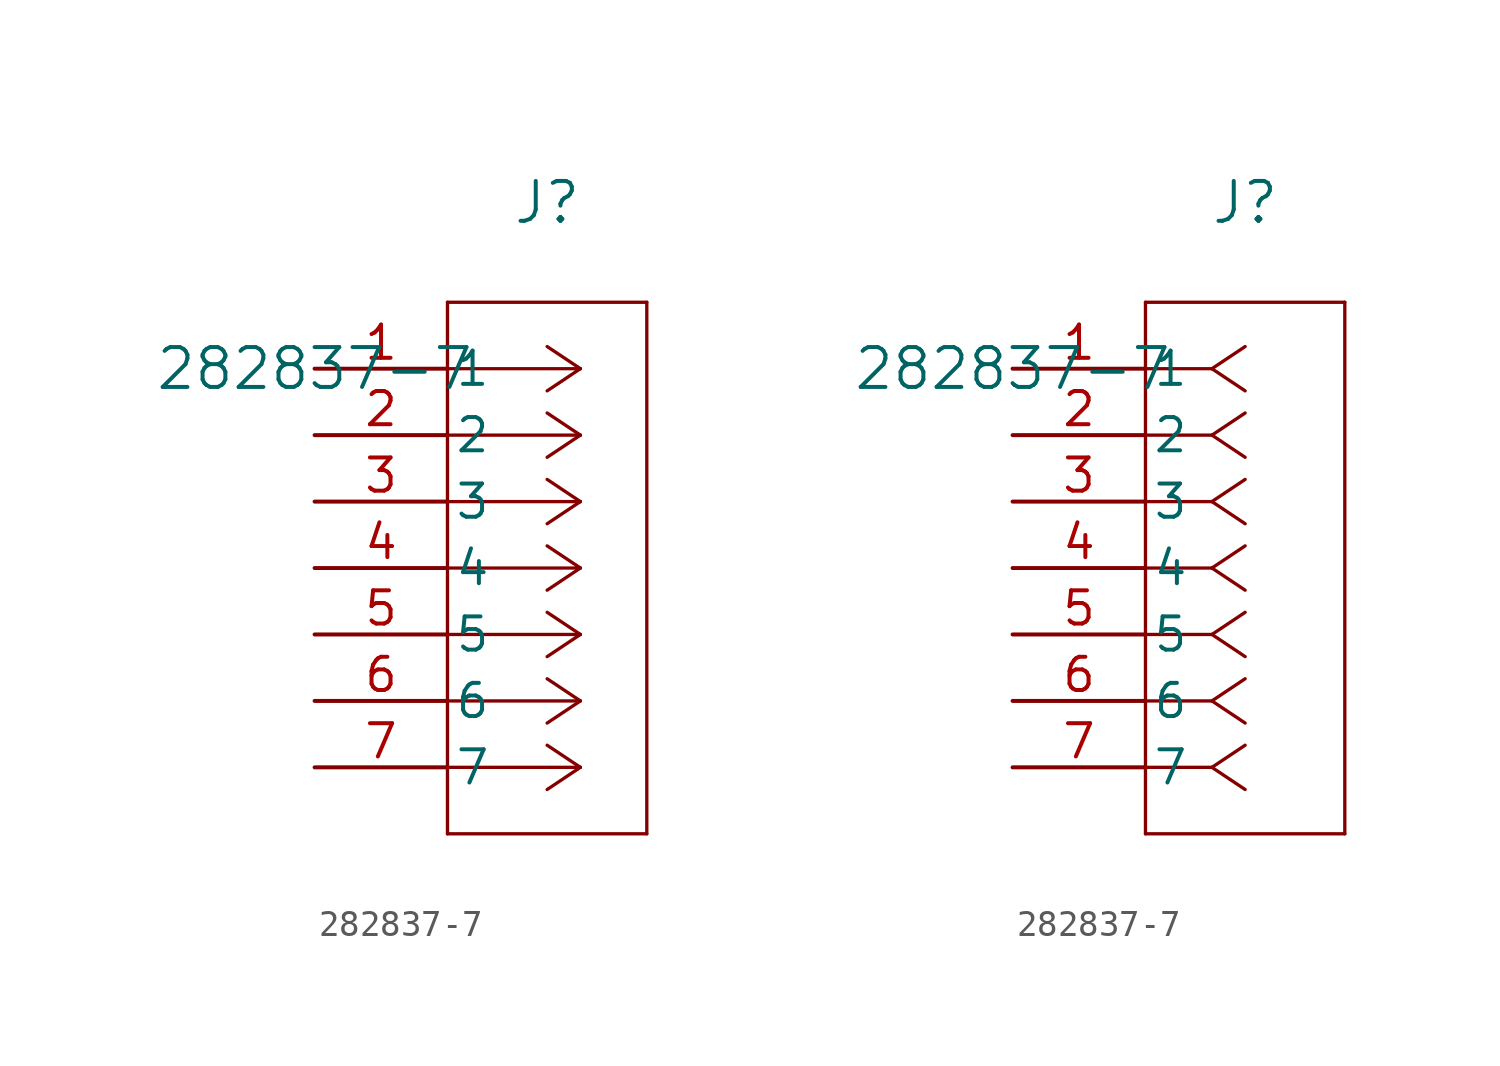
<source format=kicad_sym>
(kicad_symbol_lib
  (version 20211014)
  (generator kicad_symbol_editor)
  (symbol "282837-7"
    (pin_names
      (offset 0.254))
    (property "Reference" "J"
      (at 8.89 6.35 0)
      (effects (font (size 1.524 1.524))))
    (property "Value" "282837-7"
      (at 0 0 0)
      (effects (font (size 1.524 1.524))))
    (symbol "282837-7_1_1"
      (polyline (pts (xy 10.16 0) (xy 5.08 0)) (stroke (width 0.127) (type default) (color 0 0 0 0)) (fill (type none)))
      (polyline (pts (xy 10.16 -2.54) (xy 5.08 -2.54)) (stroke (width 0.127) (type default) (color 0 0 0 0)) (fill (type none)))
      (polyline (pts (xy 10.16 -5.08) (xy 5.08 -5.08)) (stroke (width 0.127) (type default) (color 0 0 0 0)) (fill (type none)))
      (polyline (pts (xy 10.16 -7.62) (xy 5.08 -7.62)) (stroke (width 0.127) (type default) (color 0 0 0 0)) (fill (type none)))
      (polyline (pts (xy 10.16 -10.16) (xy 5.08 -10.16)) (stroke (width 0.127) (type default) (color 0 0 0 0)) (fill (type none)))
      (polyline (pts (xy 10.16 -12.7) (xy 5.08 -12.7)) (stroke (width 0.127) (type default) (color 0 0 0 0)) (fill (type none)))
      (polyline (pts (xy 10.16 -15.24) (xy 5.08 -15.24)) (stroke (width 0.127) (type default) (color 0 0 0 0)) (fill (type none)))
      (polyline (pts (xy 10.16 0) (xy 8.89 0.847)) (stroke (width 0.127) (type default) (color 0 0 0 0)) (fill (type none)))
      (polyline (pts (xy 10.16 -2.54) (xy 8.89 -1.693)) (stroke (width 0.127) (type default) (color 0 0 0 0)) (fill (type none)))
      (polyline (pts (xy 10.16 -5.08) (xy 8.89 -4.233)) (stroke (width 0.127) (type default) (color 0 0 0 0)) (fill (type none)))
      (polyline (pts (xy 10.16 -7.62) (xy 8.89 -6.773)) (stroke (width 0.127) (type default) (color 0 0 0 0)) (fill (type none)))
      (polyline (pts (xy 10.16 -10.16) (xy 8.89 -9.313)) (stroke (width 0.127) (type default) (color 0 0 0 0)) (fill (type none)))
      (polyline (pts (xy 10.16 -12.7) (xy 8.89 -11.853)) (stroke (width 0.127) (type default) (color 0 0 0 0)) (fill (type none)))
      (polyline (pts (xy 10.16 -15.24) (xy 8.89 -14.393)) (stroke (width 0.127) (type default) (color 0 0 0 0)) (fill (type none)))
      (polyline (pts (xy 10.16 0) (xy 8.89 -0.847)) (stroke (width 0.127) (type default) (color 0 0 0 0)) (fill (type none)))
      (polyline (pts (xy 10.16 -2.54) (xy 8.89 -3.387)) (stroke (width 0.127) (type default) (color 0 0 0 0)) (fill (type none)))
      (polyline (pts (xy 10.16 -5.08) (xy 8.89 -5.927)) (stroke (width 0.127) (type default) (color 0 0 0 0)) (fill (type none)))
      (polyline (pts (xy 10.16 -7.62) (xy 8.89 -8.467)) (stroke (width 0.127) (type default) (color 0 0 0 0)) (fill (type none)))
      (polyline (pts (xy 10.16 -10.16) (xy 8.89 -11.007)) (stroke (width 0.127) (type default) (color 0 0 0 0)) (fill (type none)))
      (polyline (pts (xy 10.16 -12.7) (xy 8.89 -13.547)) (stroke (width 0.127) (type default) (color 0 0 0 0)) (fill (type none)))
      (polyline (pts (xy 10.16 -15.24) (xy 8.89 -16.087)) (stroke (width 0.127) (type default) (color 0 0 0 0)) (fill (type none)))
      (polyline (pts (xy 5.08 2.54) (xy 5.08 -17.78)) (stroke (width 0.127) (type default) (color 0 0 0 0)) (fill (type none)))
      (polyline (pts (xy 5.08 -17.78) (xy 12.7 -17.78)) (stroke (width 0.127) (type default) (color 0 0 0 0)) (fill (type none)))
      (polyline (pts (xy 12.7 -17.78) (xy 12.7 2.54)) (stroke (width 0.127) (type default) (color 0 0 0 0)) (fill (type none)))
      (polyline (pts (xy 12.7 2.54) (xy 5.08 2.54)) (stroke (width 0.127) (type default) (color 0 0 0 0)) (fill (type none)))
      (pin unspecified line (at 0 0 0) (length 5.08) (name "1" (effects (font (size 1.27 1.27)))) (number "1" (effects (font (size 1.27 1.27)))))
      (pin unspecified line (at 0 -2.54 0) (length 5.08) (name "2" (effects (font (size 1.27 1.27)))) (number "2" (effects (font (size 1.27 1.27)))))
      (pin unspecified line (at 0 -5.08 0) (length 5.08) (name "3" (effects (font (size 1.27 1.27)))) (number "3" (effects (font (size 1.27 1.27)))))
      (pin unspecified line (at 0 -7.62 0) (length 5.08) (name "4" (effects (font (size 1.27 1.27)))) (number "4" (effects (font (size 1.27 1.27)))))
      (pin unspecified line (at 0 -10.16 0) (length 5.08) (name "5" (effects (font (size 1.27 1.27)))) (number "5" (effects (font (size 1.27 1.27)))))
      (pin unspecified line (at 0 -12.7 0) (length 5.08) (name "6" (effects (font (size 1.27 1.27)))) (number "6" (effects (font (size 1.27 1.27)))))
      (pin unspecified line (at 0 -15.24 0) (length 5.08) (name "7" (effects (font (size 1.27 1.27)))) (number "7" (effects (font (size 1.27 1.27))))))
    (symbol "282837-7_1_2"
      (polyline (pts (xy 7.62 0) (xy 5.08 0)) (stroke (width 0.127) (type default) (color 0 0 0 0)) (fill (type none)))
      (polyline (pts (xy 7.62 -2.54) (xy 5.08 -2.54)) (stroke (width 0.127) (type default) (color 0 0 0 0)) (fill (type none)))
      (polyline (pts (xy 7.62 -5.08) (xy 5.08 -5.08)) (stroke (width 0.127) (type default) (color 0 0 0 0)) (fill (type none)))
      (polyline (pts (xy 7.62 -7.62) (xy 5.08 -7.62)) (stroke (width 0.127) (type default) (color 0 0 0 0)) (fill (type none)))
      (polyline (pts (xy 7.62 -10.16) (xy 5.08 -10.16)) (stroke (width 0.127) (type default) (color 0 0 0 0)) (fill (type none)))
      (polyline (pts (xy 7.62 -12.7) (xy 5.08 -12.7)) (stroke (width 0.127) (type default) (color 0 0 0 0)) (fill (type none)))
      (polyline (pts (xy 7.62 -15.24) (xy 5.08 -15.24)) (stroke (width 0.127) (type default) (color 0 0 0 0)) (fill (type none)))
      (polyline (pts (xy 7.62 0) (xy 8.89 0.847)) (stroke (width 0.127) (type default) (color 0 0 0 0)) (fill (type none)))
      (polyline (pts (xy 7.62 -2.54) (xy 8.89 -1.693)) (stroke (width 0.127) (type default) (color 0 0 0 0)) (fill (type none)))
      (polyline (pts (xy 7.62 -5.08) (xy 8.89 -4.233)) (stroke (width 0.127) (type default) (color 0 0 0 0)) (fill (type none)))
      (polyline (pts (xy 7.62 -7.62) (xy 8.89 -6.773)) (stroke (width 0.127) (type default) (color 0 0 0 0)) (fill (type none)))
      (polyline (pts (xy 7.62 -10.16) (xy 8.89 -9.313)) (stroke (width 0.127) (type default) (color 0 0 0 0)) (fill (type none)))
      (polyline (pts (xy 7.62 -12.7) (xy 8.89 -11.853)) (stroke (width 0.127) (type default) (color 0 0 0 0)) (fill (type none)))
      (polyline (pts (xy 7.62 -15.24) (xy 8.89 -14.393)) (stroke (width 0.127) (type default) (color 0 0 0 0)) (fill (type none)))
      (polyline (pts (xy 7.62 0) (xy 8.89 -0.847)) (stroke (width 0.127) (type default) (color 0 0 0 0)) (fill (type none)))
      (polyline (pts (xy 7.62 -2.54) (xy 8.89 -3.387)) (stroke (width 0.127) (type default) (color 0 0 0 0)) (fill (type none)))
      (polyline (pts (xy 7.62 -5.08) (xy 8.89 -5.927)) (stroke (width 0.127) (type default) (color 0 0 0 0)) (fill (type none)))
      (polyline (pts (xy 7.62 -7.62) (xy 8.89 -8.467)) (stroke (width 0.127) (type default) (color 0 0 0 0)) (fill (type none)))
      (polyline (pts (xy 7.62 -10.16) (xy 8.89 -11.007)) (stroke (width 0.127) (type default) (color 0 0 0 0)) (fill (type none)))
      (polyline (pts (xy 7.62 -12.7) (xy 8.89 -13.547)) (stroke (width 0.127) (type default) (color 0 0 0 0)) (fill (type none)))
      (polyline (pts (xy 7.62 -15.24) (xy 8.89 -16.087)) (stroke (width 0.127) (type default) (color 0 0 0 0)) (fill (type none)))
      (polyline (pts (xy 5.08 2.54) (xy 5.08 -17.78)) (stroke (width 0.127) (type default) (color 0 0 0 0)) (fill (type none)))
      (polyline (pts (xy 5.08 -17.78) (xy 12.7 -17.78)) (stroke (width 0.127) (type default) (color 0 0 0 0)) (fill (type none)))
      (polyline (pts (xy 12.7 -17.78) (xy 12.7 2.54)) (stroke (width 0.127) (type default) (color 0 0 0 0)) (fill (type none)))
      (polyline (pts (xy 12.7 2.54) (xy 5.08 2.54)) (stroke (width 0.127) (type default) (color 0 0 0 0)) (fill (type none)))
      (pin unspecified line (at 0 0 0) (length 5.08) (name "1" (effects (font (size 1.27 1.27)))) (number "1" (effects (font (size 1.27 1.27)))))
      (pin unspecified line (at 0 -2.54 0) (length 5.08) (name "2" (effects (font (size 1.27 1.27)))) (number "2" (effects (font (size 1.27 1.27)))))
      (pin unspecified line (at 0 -5.08 0) (length 5.08) (name "3" (effects (font (size 1.27 1.27)))) (number "3" (effects (font (size 1.27 1.27)))))
      (pin unspecified line (at 0 -7.62 0) (length 5.08) (name "4" (effects (font (size 1.27 1.27)))) (number "4" (effects (font (size 1.27 1.27)))))
      (pin unspecified line (at 0 -10.16 0) (length 5.08) (name "5" (effects (font (size 1.27 1.27)))) (number "5" (effects (font (size 1.27 1.27)))))
      (pin unspecified line (at 0 -12.7 0) (length 5.08) (name "6" (effects (font (size 1.27 1.27)))) (number "6" (effects (font (size 1.27 1.27)))))
      (pin unspecified line (at 0 -15.24 0) (length 5.08) (name "7" (effects (font (size 1.27 1.27)))) (number "7" (effects (font (size 1.27 1.27))))))))
</source>
